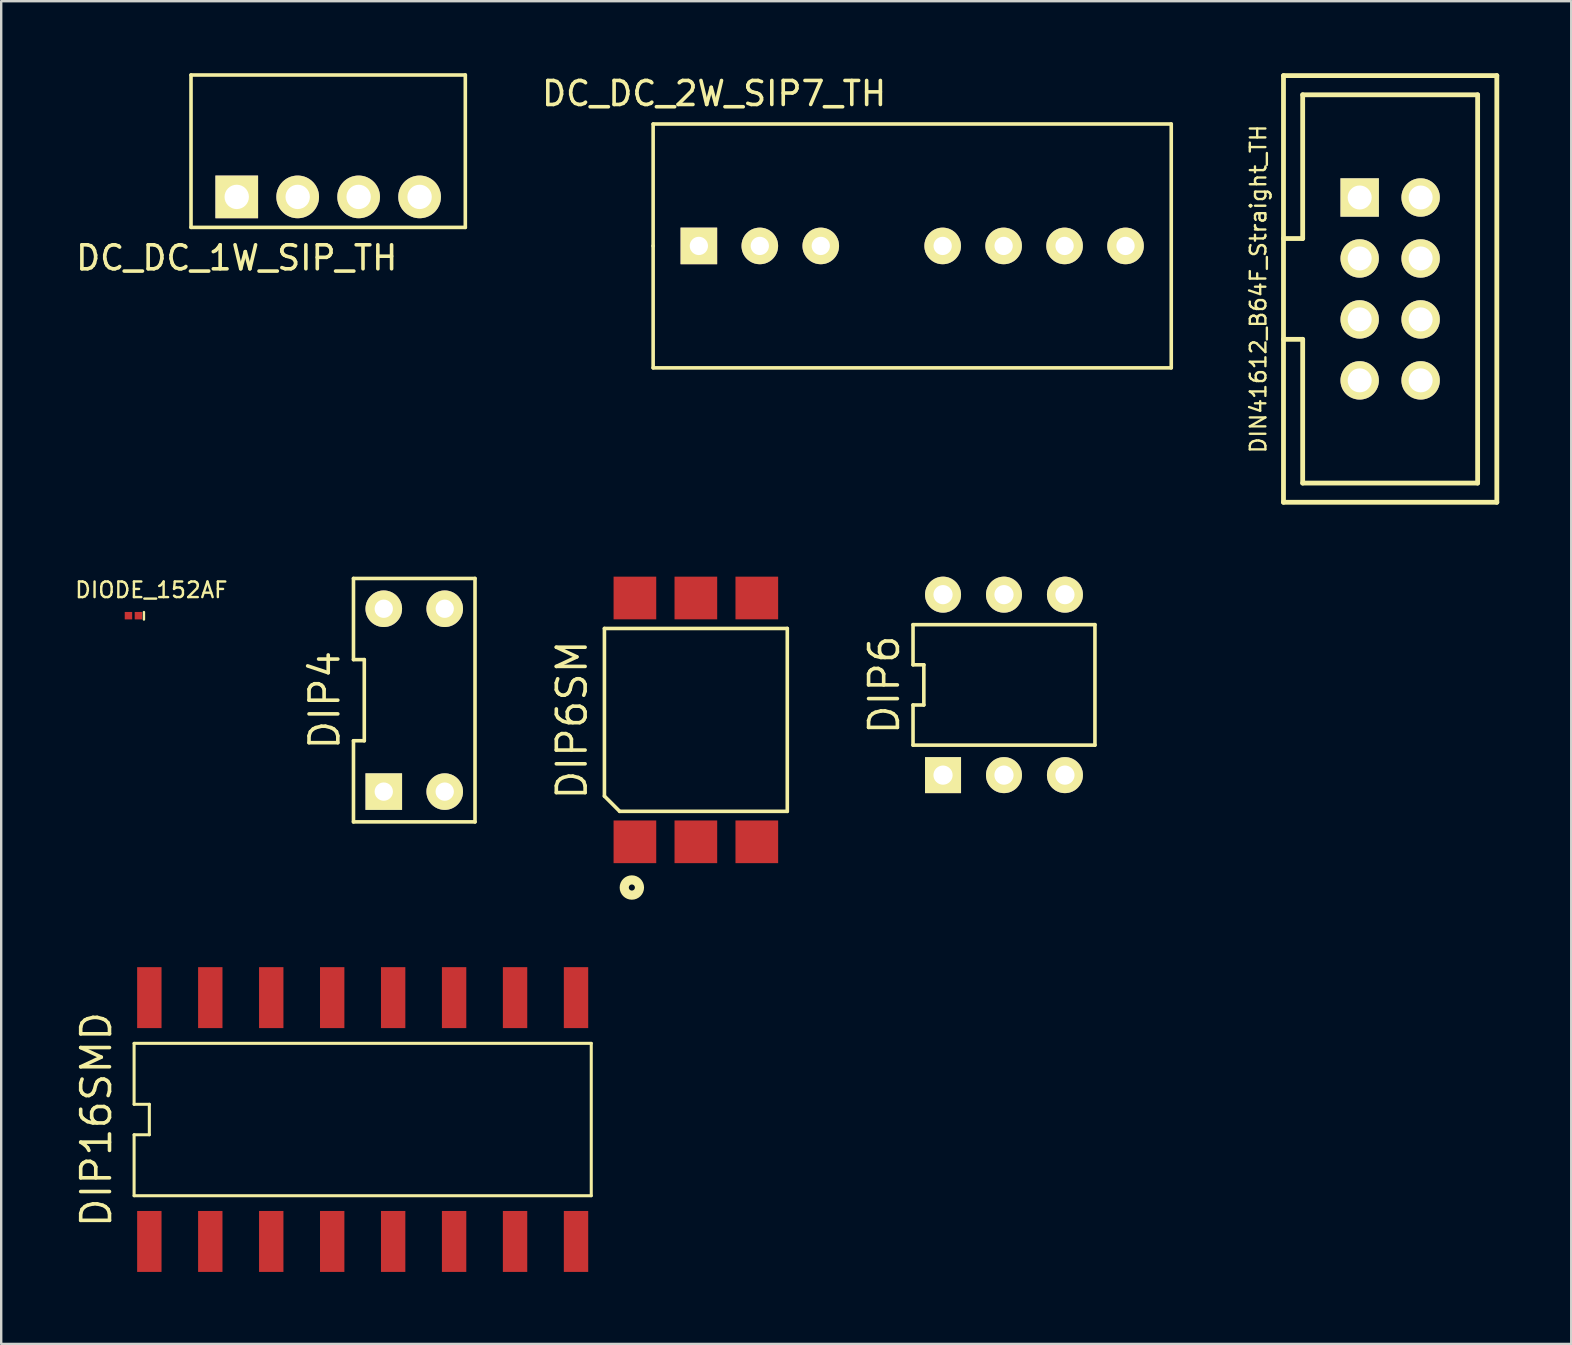
<source format=kicad_pcb>
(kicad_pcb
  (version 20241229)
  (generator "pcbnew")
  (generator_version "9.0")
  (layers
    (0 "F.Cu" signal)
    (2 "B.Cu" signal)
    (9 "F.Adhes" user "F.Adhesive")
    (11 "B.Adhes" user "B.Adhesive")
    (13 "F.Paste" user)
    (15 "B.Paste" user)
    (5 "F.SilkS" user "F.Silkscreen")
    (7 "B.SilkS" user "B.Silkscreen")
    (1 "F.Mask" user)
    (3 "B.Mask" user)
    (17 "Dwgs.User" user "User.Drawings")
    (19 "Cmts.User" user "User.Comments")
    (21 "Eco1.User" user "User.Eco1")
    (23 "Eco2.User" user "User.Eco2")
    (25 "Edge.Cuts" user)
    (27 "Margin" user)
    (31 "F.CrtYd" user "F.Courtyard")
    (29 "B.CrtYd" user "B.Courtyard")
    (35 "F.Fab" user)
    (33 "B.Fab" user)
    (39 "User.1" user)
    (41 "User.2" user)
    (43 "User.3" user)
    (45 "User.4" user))
  (footprint "DC_DC_2W_SIP7_TH"
    (layer "F.Cu")
    (at 26.072 7.198)
    (property "Reference" "DC_DC_2W_SIP7_TH" (at 0.635 -6.35 0) (layer "F.SilkS") (effects (font (size 1 1) (thickness 0.15))))
    (attr through_hole)
    (fp_line (start -1.905 -5.08) (end 19.685 -5.08) (stroke (width 0.15) (type solid)) (layer "F.SilkS"))
    (fp_line (start -1.905 0) (end -1.905 -5.08) (stroke (width 0.15) (type solid)) (layer "F.SilkS"))
    (fp_line (start -1.905 5.08) (end -1.905 0) (stroke (width 0.15) (type solid)) (layer "F.SilkS"))
    (fp_line (start 19.685 -5.08) (end 19.685 5.08) (stroke (width 0.15) (type solid)) (layer "F.SilkS"))
    (fp_line (start 19.685 5.08) (end -1.905 5.08) (stroke (width 0.15) (type solid)) (layer "F.SilkS"))
    (pad "1" thru_hole rect (at 0 0) (size 1.524 1.524) (drill 0.762) (layers "*.Cu" "*.Mask" "F.SilkS"))
    (pad "2" thru_hole circle (at 2.54 0) (size 1.524 1.524) (drill 0.762) (layers "*.Cu" "*.Mask" "F.SilkS"))
    (pad "3" thru_hole circle (at 5.08 0) (size 1.524 1.524) (drill 0.762) (layers "*.Cu" "*.Mask" "F.SilkS"))
    (pad "4" thru_hole circle (at 10.16 0) (size 1.524 1.524) (drill 0.762) (layers "*.Cu" "*.Mask" "F.SilkS"))
    (pad "5" thru_hole circle (at 12.7 0) (size 1.524 1.524) (drill 0.762) (layers "*.Cu" "*.Mask" "F.SilkS"))
    (pad "6" thru_hole circle (at 15.24 0) (size 1.524 1.524) (drill 0.762) (layers "*.Cu" "*.Mask" "F.SilkS"))
    (pad "7" thru_hole circle (at 17.78 0) (size 1.524 1.524) (drill 0.762) (layers "*.Cu" "*.Mask" "F.SilkS")))
  (footprint "DIP16SMD"
    (layer "F.Cu")
    (at 12.063 43.602)
    (property "Reference" "DIP16SMD" (at -11.098 0 90) (layer "F.SilkS") (effects (font (size 1.2 1.2) (thickness 0.15))))
    (attr through_hole)
    (fp_line (start -9.525 -3.175) (end 9.525 -3.175) (stroke (width 0.127) (type solid)) (layer "F.SilkS"))
    (fp_line (start -9.525 -0.635) (end -9.525 -3.175) (stroke (width 0.127) (type solid)) (layer "F.SilkS"))
    (fp_line (start -9.525 0.635) (end -8.89 0.635) (stroke (width 0.127) (type solid)) (layer "F.SilkS"))
    (fp_line (start -9.525 3.175) (end -9.525 0.635) (stroke (width 0.127) (type solid)) (layer "F.SilkS"))
    (fp_line (start -8.89 -0.635) (end -9.525 -0.635) (stroke (width 0.127) (type solid)) (layer "F.SilkS"))
    (fp_line (start -8.89 0.635) (end -8.89 -0.635) (stroke (width 0.127) (type solid)) (layer "F.SilkS"))
    (fp_line (start 9.525 -3.175) (end 9.525 3.175) (stroke (width 0.127) (type solid)) (layer "F.SilkS"))
    (fp_line (start 9.525 3.175) (end -9.525 3.175) (stroke (width 0.127) (type solid)) (layer "F.SilkS"))
    (pad "1" smd rect (at -8.89 5.08) (size 1.016 2.54) (layers "F.Cu" "F.Mask" "F.Paste"))
    (pad "2" smd rect (at -6.35 5.08) (size 1.016 2.54) (layers "F.Cu" "F.Mask" "F.Paste"))
    (pad "3" smd rect (at -3.81 5.08) (size 1.016 2.54) (layers "F.Cu" "F.Mask" "F.Paste"))
    (pad "4" smd rect (at -1.27 5.08) (size 1.016 2.54) (layers "F.Cu" "F.Mask" "F.Paste"))
    (pad "5" smd rect (at 1.27 5.08) (size 1.016 2.54) (layers "F.Cu" "F.Mask" "F.Paste"))
    (pad "6" smd rect (at 3.81 5.08) (size 1.016 2.54) (layers "F.Cu" "F.Mask" "F.Paste"))
    (pad "7" smd rect (at 6.35 5.08) (size 1.016 2.54) (layers "F.Cu" "F.Mask" "F.Paste"))
    (pad "8" smd rect (at 8.89 5.08) (size 1.016 2.54) (layers "F.Cu" "F.Mask" "F.Paste"))
    (pad "9" smd rect (at 8.89 -5.08) (size 1.016 2.54) (layers "F.Cu" "F.Mask" "F.Paste"))
    (pad "10" smd rect (at 6.35 -5.08) (size 1.016 2.54) (layers "F.Cu" "F.Mask" "F.Paste"))
    (pad "11" smd rect (at 3.81 -5.08) (size 1.016 2.54) (layers "F.Cu" "F.Mask" "F.Paste"))
    (pad "12" smd rect (at 1.27 -5.08) (size 1.016 2.54) (layers "F.Cu" "F.Mask" "F.Paste"))
    (pad "13" smd rect (at -1.27 -5.08) (size 1.016 2.54) (layers "F.Cu" "F.Mask" "F.Paste"))
    (pad "14" smd rect (at -3.81 -5.08) (size 1.016 2.54) (layers "F.Cu" "F.Mask" "F.Paste"))
    (pad "15" smd rect (at -6.35 -5.08) (size 1.016 2.54) (layers "F.Cu" "F.Mask" "F.Paste"))
    (pad "16" smd rect (at -8.89 -5.08) (size 1.016 2.54) (layers "F.Cu" "F.Mask" "F.Paste")))
  (footprint "DIODE_152AF"
    (layer "F.Cu")
    (at 2.518 22.606)
    (property "Reference" "DIODE_152AF" (at 0.74 -1.07 0) (layer "F.SilkS") (effects (font (size 0.65 0.65) (thickness 0.1))))
    (attr through_hole)
    (fp_line (start 0.43 -0.15) (end 0.43 0.16) (stroke (width 0.1) (type solid)) (layer "F.SilkS"))
    (pad "A" smd rect (at -0.215 0) (size 0.31 0.31) (layers "F.Cu" "F.Mask" "F.Paste"))
    (pad "K" smd rect (at 0.2 0) (size 0.31 0.31) (layers "F.Cu" "F.Mask" "F.Paste")))
  (footprint "DIP6SM"
    (layer "F.Cu")
    (at 25.947 26.949)
    (property "Reference" "DIP6SM" (at -5.162 0 90) (layer "F.SilkS") (effects (font (size 1.2 1.2) (thickness 0.15))))
    (attr through_hole)
    (fp_line (start -3.81 -3.81) (end 3.81 -3.81) (stroke (width 0.15) (type solid)) (layer "F.SilkS"))
    (fp_line (start -3.81 3.175) (end -3.81 -3.81) (stroke (width 0.15) (type solid)) (layer "F.SilkS"))
    (fp_line (start -3.175 3.81) (end -3.81 3.175) (stroke (width 0.15) (type solid)) (layer "F.SilkS"))
    (fp_line (start 3.81 -3.81) (end 3.81 3.81) (stroke (width 0.15) (type solid)) (layer "F.SilkS"))
    (fp_line (start 3.81 3.81) (end -3.175 3.81) (stroke (width 0.15) (type solid)) (layer "F.SilkS"))
    (fp_circle (center -2.667 6.985) (end -2.54 6.985) (stroke (width 0.381) (type solid)) (fill no) (layer "F.SilkS"))
    (pad "1" smd rect (at -2.54 5.08) (size 1.778 1.778) (layers "F.Cu" "F.Mask" "F.Paste"))
    (pad "2" smd rect (at 0 5.08) (size 1.778 1.778) (layers "F.Cu" "F.Mask" "F.Paste"))
    (pad "3" smd rect (at 2.54 5.08) (size 1.778 1.778) (layers "F.Cu" "F.Mask" "F.Paste"))
    (pad "4" smd rect (at 2.54 -5.08) (size 1.778 1.778) (layers "F.Cu" "F.Mask" "F.Paste"))
    (pad "5" smd rect (at 0 -5.08) (size 1.778 1.778) (layers "F.Cu" "F.Mask" "F.Paste"))
    (pad "6" smd rect (at -2.54 -5.08) (size 1.778 1.778) (layers "F.Cu" "F.Mask" "F.Paste")))
  (footprint "DIP6"
    (layer "F.Cu")
    (at 38.787 25.49)
    (property "Reference" "DIP6" (at -4.99 0 90) (layer "F.SilkS") (effects (font (size 1.2 1.2) (thickness 0.15))))
    (attr through_hole)
    (fp_line (start -3.79 -2.51) (end -3.79 -0.837) (stroke (width 0.15) (type solid)) (layer "F.SilkS"))
    (fp_line (start -3.79 -0.837) (end -3.34 -0.837) (stroke (width 0.15) (type solid)) (layer "F.SilkS"))
    (fp_line (start -3.79 0.837) (end -3.79 2.51) (stroke (width 0.15) (type solid)) (layer "F.SilkS"))
    (fp_line (start -3.79 2.51) (end 3.79 2.51) (stroke (width 0.15) (type solid)) (layer "F.SilkS"))
    (fp_line (start -3.34 -0.837) (end -3.34 0.837) (stroke (width 0.15) (type solid)) (layer "F.SilkS"))
    (fp_line (start -3.34 0.837) (end -3.79 0.837) (stroke (width 0.15) (type solid)) (layer "F.SilkS"))
    (fp_line (start 3.79 -2.51) (end -3.79 -2.51) (stroke (width 0.15) (type solid)) (layer "F.SilkS"))
    (fp_line (start 3.79 2.51) (end 3.79 -2.51) (stroke (width 0.15) (type solid)) (layer "F.SilkS"))
    (pad "1" thru_hole rect (at -2.54 3.76) (size 1.5 1.5) (drill 0.8) (layers "*.Cu" "*.Mask" "F.SilkS"))
    (pad "2" thru_hole circle (at 0 3.76) (size 1.5 1.5) (drill 0.8) (layers "*.Cu" "*.Mask" "F.SilkS"))
    (pad "3" thru_hole circle (at 2.54 3.76) (size 1.5 1.5) (drill 0.8) (layers "*.Cu" "*.Mask" "F.SilkS"))
    (pad "4" thru_hole circle (at 2.54 -3.76) (size 1.5 1.5) (drill 0.8) (layers "*.Cu" "*.Mask" "F.SilkS"))
    (pad "5" thru_hole circle (at 0 -3.76) (size 1.5 1.5) (drill 0.8) (layers "*.Cu" "*.Mask" "F.SilkS"))
    (pad "6" thru_hole circle (at -2.54 -3.76) (size 1.5 1.5) (drill 0.8) (layers "*.Cu" "*.Mask" "F.SilkS")))
  (footprint "DIP4"
    (layer "F.Cu")
    (at 14.212 26.127)
    (property "Reference" "DIP4" (at -3.732 0 90) (layer "F.SilkS") (effects (font (size 1.2 1.2) (thickness 0.15))))
    (attr through_hole)
    (fp_line (start -2.532 -1.691) (end -2.082 -1.691) (stroke (width 0.15) (type solid)) (layer "F.SilkS"))
    (fp_line (start -2.532 1.691) (end -2.532 5.072) (stroke (width 0.15) (type solid)) (layer "F.SilkS"))
    (fp_line (start -2.532 5.072) (end 2.532 5.072) (stroke (width 0.15) (type solid)) (layer "F.SilkS"))
    (fp_line (start -2.532 -5.072) (end -2.532 -1.691) (stroke (width 0.15) (type solid)) (layer "F.SilkS"))
    (fp_line (start -2.082 -1.691) (end -2.082 1.691) (stroke (width 0.15) (type solid)) (layer "F.SilkS"))
    (fp_line (start -2.082 1.691) (end -2.532 1.691) (stroke (width 0.15) (type solid)) (layer "F.SilkS"))
    (fp_line (start 2.532 5.072) (end 2.532 -5.072) (stroke (width 0.15) (type solid)) (layer "F.SilkS"))
    (fp_line (start 2.532 -5.072) (end -2.532 -5.072) (stroke (width 0.15) (type solid)) (layer "F.SilkS"))
    (pad "1" thru_hole rect (at -1.27 3.81) (size 1.524 1.524) (drill 0.762) (layers "*.Cu" "*.Mask" "F.SilkS"))
    (pad "2" thru_hole circle (at 1.27 3.81) (size 1.524 1.524) (drill 0.762) (layers "*.Cu" "*.Mask" "F.SilkS"))
    (pad "3" thru_hole circle (at 1.27 -3.81) (size 1.524 1.524) (drill 0.762) (layers "*.Cu" "*.Mask" "F.SilkS"))
    (pad "4" thru_hole circle (at -1.27 -3.81) (size 1.524 1.524) (drill 0.762) (layers "*.Cu" "*.Mask" "F.SilkS")))
  (footprint "DC_DC_1W_SIP_TH"
    (layer "F.Cu")
    (at 6.815 5.155)
    (property "Reference" "DC_DC_1W_SIP_TH" (at 0 2.54 0) (layer "F.SilkS") (effects (font (size 1 1) (thickness 0.15))))
    (attr through_hole)
    (fp_line (start -1.905 -5.08) (end -1.905 1.27) (stroke (width 0.15) (type solid)) (layer "F.SilkS"))
    (fp_line (start -1.905 1.27) (end 9.525 1.27) (stroke (width 0.15) (type solid)) (layer "F.SilkS"))
    (fp_line (start 9.525 -5.08) (end -1.905 -5.08) (stroke (width 0.15) (type solid)) (layer "F.SilkS"))
    (fp_line (start 9.525 1.27) (end 9.525 -5.08) (stroke (width 0.15) (type solid)) (layer "F.SilkS"))
    (pad "1" thru_hole rect (at 0 0) (size 1.778 1.778) (drill 1.016) (layers "*.Cu" "*.Mask" "F.SilkS"))
    (pad "2" thru_hole circle (at 2.54 0) (size 1.778 1.778) (drill 1.016) (layers "*.Cu" "*.Mask" "F.SilkS"))
    (pad "3" thru_hole circle (at 5.08 0) (size 1.778 1.778) (drill 1.016) (layers "*.Cu" "*.Mask" "F.SilkS"))
    (pad "4" thru_hole circle (at 7.62 0) (size 1.778 1.778) (drill 1.016) (layers "*.Cu" "*.Mask" "F.SilkS")))
  (footprint "DIN41612_B64F_Straight_TH"
    (layer "F.Cu")
    (at 54.879 8.99)
    (property "Reference" "DIN41612_B64F_Straight_TH" (at -5.495 0 90) (layer "F.SilkS") (effects (font (size 0.65 0.65) (thickness 0.098))))
    (attr through_hole)
    (fp_line (start -4.445 -8.89) (end -4.445 8.89) (stroke (width 0.2) (type solid)) (layer "F.SilkS"))
    (fp_line (start -4.445 -8.89) (end 4.445 -8.89) (stroke (width 0.2) (type solid)) (layer "F.SilkS"))
    (fp_line (start -4.445 -2.1) (end -3.645 -2.1) (stroke (width 0.2) (type solid)) (layer "F.SilkS"))
    (fp_line (start -4.445 2.1) (end -3.645 2.1) (stroke (width 0.2) (type solid)) (layer "F.SilkS"))
    (fp_line (start -4.445 8.89) (end 4.445 8.89) (stroke (width 0.2) (type solid)) (layer "F.SilkS"))
    (fp_line (start -3.645 -8.09) (end -3.645 -2.1) (stroke (width 0.2) (type solid)) (layer "F.SilkS"))
    (fp_line (start -3.645 -8.09) (end 3.645 -8.09) (stroke (width 0.2) (type solid)) (layer "F.SilkS"))
    (fp_line (start -3.645 8.09) (end -3.645 2.1) (stroke (width 0.2) (type solid)) (layer "F.SilkS"))
    (fp_line (start -3.645 8.09) (end 3.645 8.09) (stroke (width 0.2) (type solid)) (layer "F.SilkS"))
    (fp_line (start 3.645 -8.09) (end 3.645 8.09) (stroke (width 0.2) (type solid)) (layer "F.SilkS"))
    (fp_line (start 4.445 -8.89) (end 4.445 8.89) (stroke (width 0.2) (type solid)) (layer "F.SilkS"))
    (pad "1" thru_hole rect (at -1.27 -3.81) (size 1.6 1.6) (drill 1) (layers "*.Cu" "*.Mask" "F.SilkS"))
    (pad "2" thru_hole circle (at 1.27 -3.81) (size 1.6 1.6) (drill 1) (layers "*.Cu" "*.Mask" "F.SilkS"))
    (pad "3" thru_hole circle (at -1.27 -1.27) (size 1.6 1.6) (drill 1) (layers "*.Cu" "*.Mask" "F.SilkS"))
    (pad "4" thru_hole circle (at 1.27 -1.27) (size 1.6 1.6) (drill 1) (layers "*.Cu" "*.Mask" "F.SilkS"))
    (pad "5" thru_hole circle (at -1.27 1.27) (size 1.6 1.6) (drill 1) (layers "*.Cu" "*.Mask" "F.SilkS"))
    (pad "6" thru_hole circle (at 1.27 1.27) (size 1.6 1.6) (drill 1) (layers "*.Cu" "*.Mask" "F.SilkS"))
    (pad "7" thru_hole circle (at -1.27 3.81) (size 1.6 1.6) (drill 1) (layers "*.Cu" "*.Mask" "F.SilkS"))
    (pad "8" thru_hole circle (at 1.27 3.81) (size 1.6 1.6) (drill 1) (layers "*.Cu" "*.Mask" "F.SilkS")))
  (gr_rect
    (start -3 -3)
    (end 62.424 52.952)
    (stroke (width 0.1) (type default))
    (fill no)
    (layer "Edge.Cuts")))
</source>
